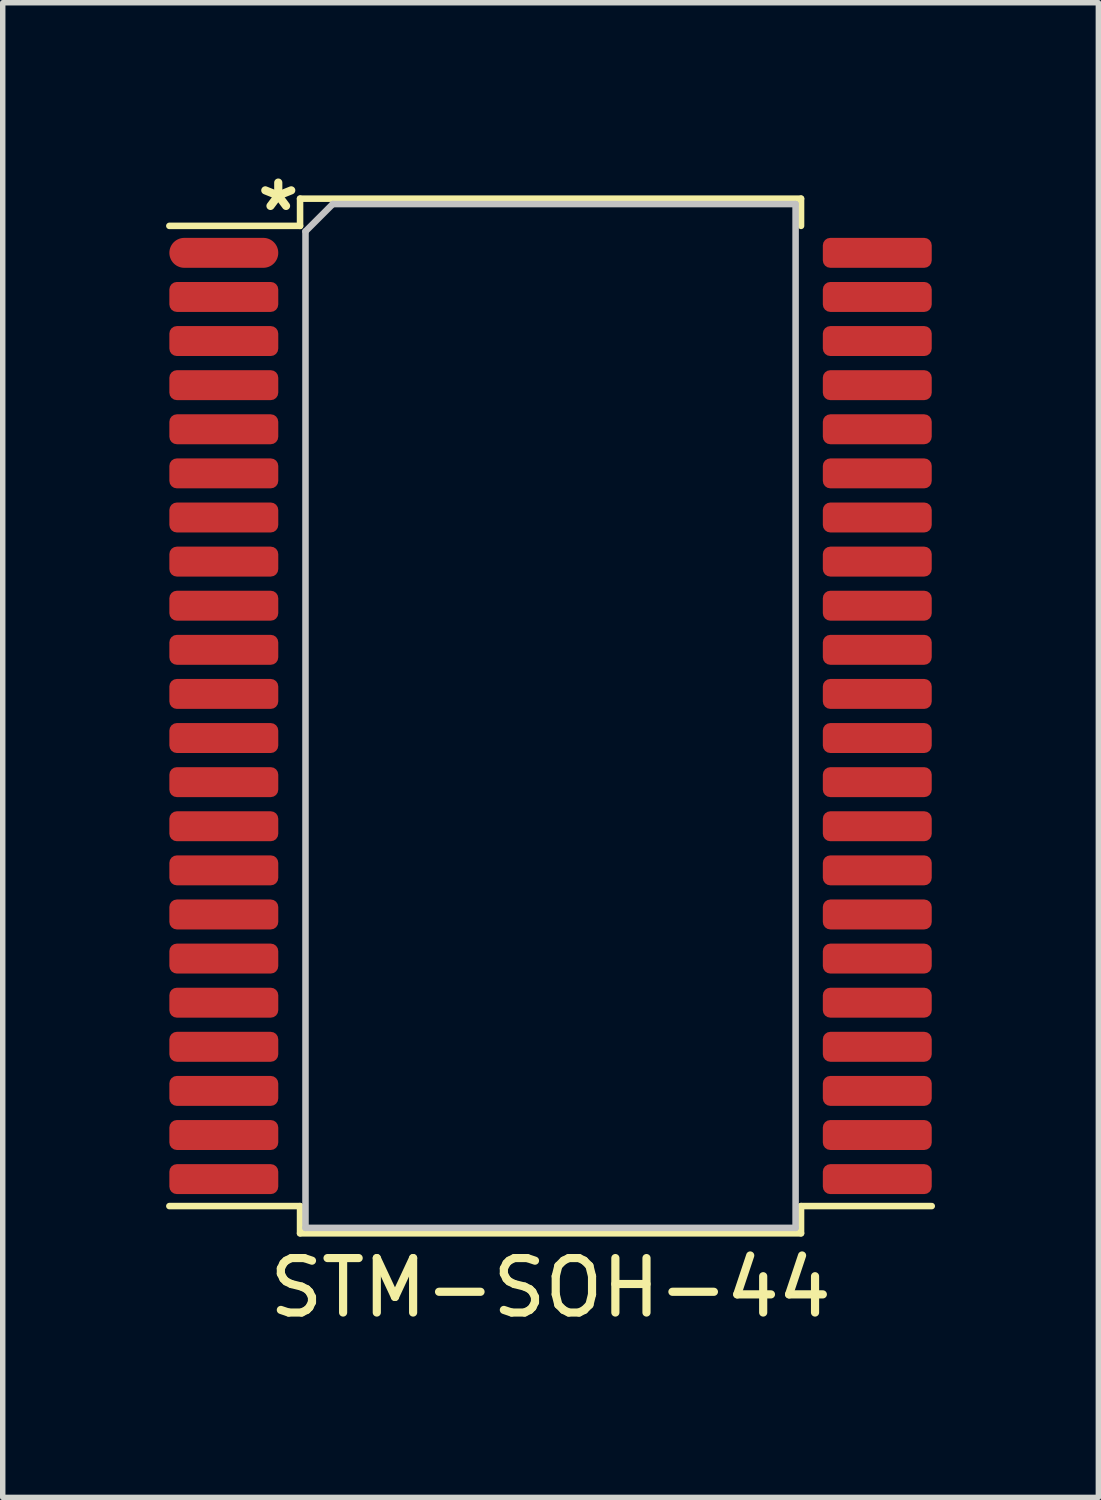
<source format=kicad_pcb>
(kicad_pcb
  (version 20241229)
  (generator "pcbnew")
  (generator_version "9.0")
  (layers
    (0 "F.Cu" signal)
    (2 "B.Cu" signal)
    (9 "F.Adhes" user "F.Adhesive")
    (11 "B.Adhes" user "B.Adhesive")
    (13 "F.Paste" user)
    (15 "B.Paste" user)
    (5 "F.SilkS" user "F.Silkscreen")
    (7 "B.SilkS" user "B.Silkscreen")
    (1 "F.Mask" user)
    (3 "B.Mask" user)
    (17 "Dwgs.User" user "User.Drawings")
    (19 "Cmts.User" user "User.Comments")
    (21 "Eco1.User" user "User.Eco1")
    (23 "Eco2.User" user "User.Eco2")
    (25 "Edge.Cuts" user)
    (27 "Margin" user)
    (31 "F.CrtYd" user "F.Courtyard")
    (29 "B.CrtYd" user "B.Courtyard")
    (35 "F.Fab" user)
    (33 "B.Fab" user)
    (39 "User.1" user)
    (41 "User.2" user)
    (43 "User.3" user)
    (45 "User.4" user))
  (footprint "STM-SOH-44"
    (layer "F.Cu")
    (at 7.06 10.098)
    (property "Reference" "STM-SOH-44" (at 0 10.5 0) (layer "F.SilkS") (effects (font (size 1 1) (thickness 0.15))))
    (attr smd)
    (fp_line (start -4.6 -9.5) (end -4.6 -9) (stroke (width 0.12) (type solid)) (layer "F.SilkS"))
    (fp_line (start -4.6 -9.5) (end 4.6 -9.5) (stroke (width 0.12) (type solid)) (layer "F.SilkS"))
    (fp_line (start -4.6 -9) (end -7 -9) (stroke (width 0.12) (type solid)) (layer "F.SilkS"))
    (fp_line (start -4.6 9) (end -7 9) (stroke (width 0.12) (type solid)) (layer "F.SilkS"))
    (fp_line (start -4.6 9.5) (end -4.6 9) (stroke (width 0.12) (type solid)) (layer "F.SilkS"))
    (fp_line (start -4.6 9.5) (end 4.6 9.5) (stroke (width 0.12) (type solid)) (layer "F.SilkS"))
    (fp_line (start 4.6 -9.5) (end 4.6 -9) (stroke (width 0.12) (type solid)) (layer "F.SilkS"))
    (fp_line (start 4.6 9) (end 7 9) (stroke (width 0.12) (type solid)) (layer "F.SilkS"))
    (fp_line (start 4.6 9.5) (end 4.6 9) (stroke (width 0.12) (type solid)) (layer "F.SilkS"))
    (fp_line (start -4.5 -8.9) (end -4.5 9.4) (stroke (width 0.12) (type solid)) (layer "Dwgs.User"))
    (fp_line (start -4.5 9.4) (end 4.5 9.4) (stroke (width 0.12) (type solid)) (layer "Dwgs.User"))
    (fp_line (start -4 -9.4) (end -4.5 -8.9) (stroke (width 0.12) (type solid)) (layer "Dwgs.User"))
    (fp_line (start 4.5 -9.4) (end -4 -9.4) (stroke (width 0.12) (type solid)) (layer "Dwgs.User"))
    (fp_line (start 4.5 9.4) (end 4.5 -9.4) (stroke (width 0.12) (type solid)) (layer "Dwgs.User"))
    (fp_text user "*" (at -5 -9.25 0) (layer "F.SilkS") (effects (font (size 1 1) (thickness 0.15))))
    (pad "1" smd oval (at -6 -8.505) (size 2 0.55) (layers "F.Cu" "F.Mask" "F.Paste"))
    (pad "2" smd roundrect (at -6 -7.695) (size 2 0.55) (layers "F.Cu" "F.Mask" "F.Paste") (roundrect_rratio 0.25))
    (pad "3" smd roundrect (at -6 -6.885) (size 2 0.55) (layers "F.Cu" "F.Mask" "F.Paste") (roundrect_rratio 0.25))
    (pad "4" smd roundrect (at -6 -6.075) (size 2 0.55) (layers "F.Cu" "F.Mask" "F.Paste") (roundrect_rratio 0.25))
    (pad "5" smd roundrect (at -6 -5.265) (size 2 0.55) (layers "F.Cu" "F.Mask" "F.Paste") (roundrect_rratio 0.25))
    (pad "6" smd roundrect (at -6 -4.455) (size 2 0.55) (layers "F.Cu" "F.Mask" "F.Paste") (roundrect_rratio 0.25))
    (pad "7" smd roundrect (at -6 -3.645) (size 2 0.55) (layers "F.Cu" "F.Mask" "F.Paste") (roundrect_rratio 0.25))
    (pad "8" smd roundrect (at -6 -2.835) (size 2 0.55) (layers "F.Cu" "F.Mask" "F.Paste") (roundrect_rratio 0.25))
    (pad "9" smd roundrect (at -6 -2.025) (size 2 0.55) (layers "F.Cu" "F.Mask" "F.Paste") (roundrect_rratio 0.25))
    (pad "10" smd roundrect (at -6 -1.215) (size 2 0.55) (layers "F.Cu" "F.Mask" "F.Paste") (roundrect_rratio 0.25))
    (pad "11" smd roundrect (at -6 -0.405) (size 2 0.55) (layers "F.Cu" "F.Mask" "F.Paste") (roundrect_rratio 0.25))
    (pad "12" smd roundrect (at -6 0.405) (size 2 0.55) (layers "F.Cu" "F.Mask" "F.Paste") (roundrect_rratio 0.25))
    (pad "13" smd roundrect (at -6 1.215) (size 2 0.55) (layers "F.Cu" "F.Mask" "F.Paste") (roundrect_rratio 0.25))
    (pad "14" smd roundrect (at -6 2.025) (size 2 0.55) (layers "F.Cu" "F.Mask" "F.Paste") (roundrect_rratio 0.25))
    (pad "15" smd roundrect (at -6 2.835) (size 2 0.55) (layers "F.Cu" "F.Mask" "F.Paste") (roundrect_rratio 0.25))
    (pad "16" smd roundrect (at -6 3.645) (size 2 0.55) (layers "F.Cu" "F.Mask" "F.Paste") (roundrect_rratio 0.25))
    (pad "17" smd roundrect (at -6 4.455) (size 2 0.55) (layers "F.Cu" "F.Mask" "F.Paste") (roundrect_rratio 0.25))
    (pad "18" smd roundrect (at -6 5.265) (size 2 0.55) (layers "F.Cu" "F.Mask" "F.Paste") (roundrect_rratio 0.25))
    (pad "19" smd roundrect (at -6 6.075) (size 2 0.55) (layers "F.Cu" "F.Mask" "F.Paste") (roundrect_rratio 0.25))
    (pad "20" smd roundrect (at -6 6.885) (size 2 0.55) (layers "F.Cu" "F.Mask" "F.Paste") (roundrect_rratio 0.25))
    (pad "21" smd roundrect (at -6 7.695) (size 2 0.55) (layers "F.Cu" "F.Mask" "F.Paste") (roundrect_rratio 0.25))
    (pad "22" smd roundrect (at -6 8.505) (size 2 0.55) (layers "F.Cu" "F.Mask" "F.Paste") (roundrect_rratio 0.25))
    (pad "23" smd roundrect (at 6 8.505) (size 2 0.55) (layers "F.Cu" "F.Mask" "F.Paste") (roundrect_rratio 0.25))
    (pad "24" smd roundrect (at 6 7.695) (size 2 0.55) (layers "F.Cu" "F.Mask" "F.Paste") (roundrect_rratio 0.25))
    (pad "25" smd roundrect (at 6 6.885) (size 2 0.55) (layers "F.Cu" "F.Mask" "F.Paste") (roundrect_rratio 0.25))
    (pad "26" smd roundrect (at 6 6.075) (size 2 0.55) (layers "F.Cu" "F.Mask" "F.Paste") (roundrect_rratio 0.25))
    (pad "27" smd roundrect (at 6 5.265) (size 2 0.55) (layers "F.Cu" "F.Mask" "F.Paste") (roundrect_rratio 0.25))
    (pad "28" smd roundrect (at 6 4.455) (size 2 0.55) (layers "F.Cu" "F.Mask" "F.Paste") (roundrect_rratio 0.25))
    (pad "29" smd roundrect (at 6 3.645) (size 2 0.55) (layers "F.Cu" "F.Mask" "F.Paste") (roundrect_rratio 0.25))
    (pad "30" smd roundrect (at 6 2.835) (size 2 0.55) (layers "F.Cu" "F.Mask" "F.Paste") (roundrect_rratio 0.25))
    (pad "31" smd roundrect (at 6 2.025) (size 2 0.55) (layers "F.Cu" "F.Mask" "F.Paste") (roundrect_rratio 0.25))
    (pad "32" smd roundrect (at 6 1.215) (size 2 0.55) (layers "F.Cu" "F.Mask" "F.Paste") (roundrect_rratio 0.25))
    (pad "33" smd roundrect (at 6 0.405) (size 2 0.55) (layers "F.Cu" "F.Mask" "F.Paste") (roundrect_rratio 0.25))
    (pad "34" smd roundrect (at 6 -0.405) (size 2 0.55) (layers "F.Cu" "F.Mask" "F.Paste") (roundrect_rratio 0.25))
    (pad "35" smd roundrect (at 6 -1.215) (size 2 0.55) (layers "F.Cu" "F.Mask" "F.Paste") (roundrect_rratio 0.25))
    (pad "36" smd roundrect (at 6 -2.025) (size 2 0.55) (layers "F.Cu" "F.Mask" "F.Paste") (roundrect_rratio 0.25))
    (pad "37" smd roundrect (at 6 -2.835) (size 2 0.55) (layers "F.Cu" "F.Mask" "F.Paste") (roundrect_rratio 0.25))
    (pad "38" smd roundrect (at 6 -3.645) (size 2 0.55) (layers "F.Cu" "F.Mask" "F.Paste") (roundrect_rratio 0.25))
    (pad "39" smd roundrect (at 6 -4.455) (size 2 0.55) (layers "F.Cu" "F.Mask" "F.Paste") (roundrect_rratio 0.25))
    (pad "40" smd roundrect (at 6 -5.265) (size 2 0.55) (layers "F.Cu" "F.Mask" "F.Paste") (roundrect_rratio 0.25))
    (pad "41" smd roundrect (at 6 -6.075) (size 2 0.55) (layers "F.Cu" "F.Mask" "F.Paste") (roundrect_rratio 0.25))
    (pad "42" smd roundrect (at 6 -6.885) (size 2 0.55) (layers "F.Cu" "F.Mask" "F.Paste") (roundrect_rratio 0.25))
    (pad "43" smd roundrect (at 6 -7.695) (size 2 0.55) (layers "F.Cu" "F.Mask" "F.Paste") (roundrect_rratio 0.25))
    (pad "44" smd roundrect (at 6 -8.505) (size 2 0.55) (layers "F.Cu" "F.Mask" "F.Paste") (roundrect_rratio 0.25)))
  (gr_rect
    (start -3 -3)
    (end 17.12 24.447)
    (stroke (width 0.1) (type default))
    (fill no)
    (layer "Edge.Cuts")))
</source>
